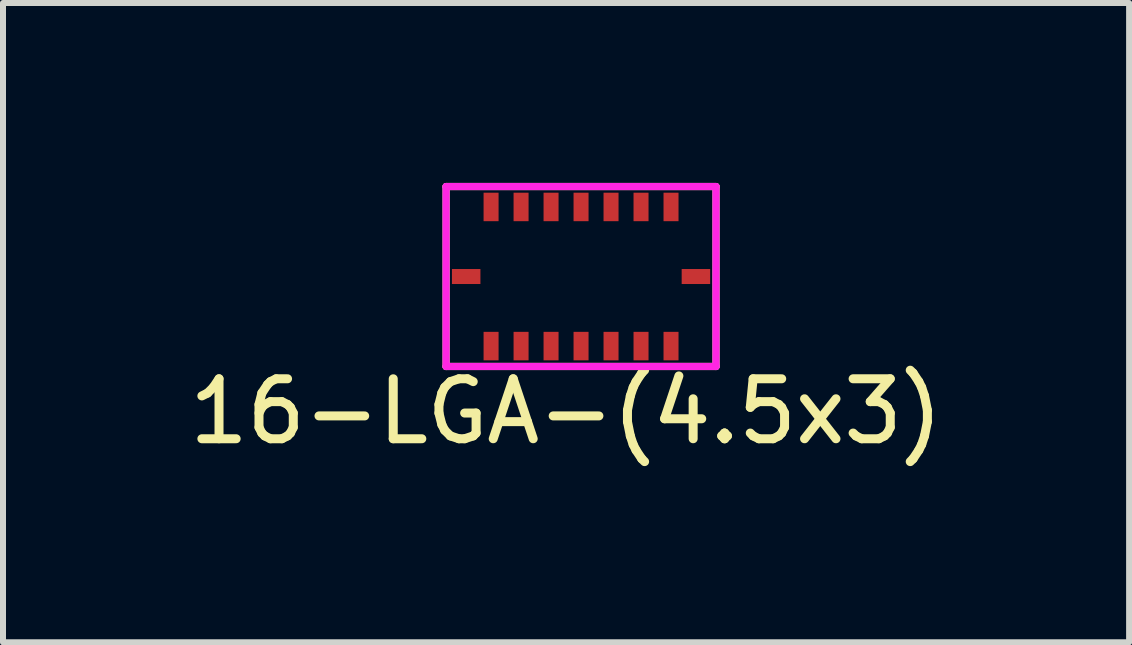
<source format=kicad_pcb>
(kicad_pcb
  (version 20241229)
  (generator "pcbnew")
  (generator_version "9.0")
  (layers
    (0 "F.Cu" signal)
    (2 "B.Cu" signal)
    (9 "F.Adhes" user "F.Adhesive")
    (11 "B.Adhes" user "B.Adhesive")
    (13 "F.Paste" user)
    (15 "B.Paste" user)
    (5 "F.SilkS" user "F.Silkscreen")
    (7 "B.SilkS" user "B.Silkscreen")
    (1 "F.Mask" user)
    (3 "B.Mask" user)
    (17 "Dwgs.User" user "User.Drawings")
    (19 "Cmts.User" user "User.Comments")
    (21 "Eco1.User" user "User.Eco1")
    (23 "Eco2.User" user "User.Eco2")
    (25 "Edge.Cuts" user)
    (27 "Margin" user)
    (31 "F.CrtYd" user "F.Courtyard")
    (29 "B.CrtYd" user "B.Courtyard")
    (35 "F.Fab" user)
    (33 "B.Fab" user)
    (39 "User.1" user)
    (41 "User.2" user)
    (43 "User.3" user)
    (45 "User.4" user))
  (footprint "16-LGA-(4.5x3)"
    (layer "F.Cu")
    (at 6.637 1.56)
    (property "Reference" "16-LGA-(4.5x3)" (at -0.25 2.25 0) (layer "F.SilkS") (effects (font (size 1 1) (thickness 0.15))))
    (attr through_hole)
    (fp_line (start -2.25 1.5) (end -2.25 -1.5) (stroke (width 0.12) (type solid)) (layer "F.SilkS"))
    (fp_line (start -2.25 1.5) (end 2.25 1.5) (stroke (width 0.12) (type solid)) (layer "F.SilkS"))
    (fp_line (start 2.25 -1.5) (end -2.25 -1.5) (stroke (width 0.12) (type solid)) (layer "F.SilkS"))
    (fp_line (start 2.25 1.5) (end 2.25 -1.5) (stroke (width 0.12) (type solid)) (layer "F.SilkS"))
    (fp_line (start -2.25 -1.5) (end 2.25 -1.5) (stroke (width 0.12) (type solid)) (layer "F.CrtYd"))
    (fp_line (start -2.25 1.5) (end -2.25 -1.5) (stroke (width 0.12) (type solid)) (layer "F.CrtYd"))
    (fp_line (start 2.25 -1.5) (end 2.25 1.5) (stroke (width 0.12) (type solid)) (layer "F.CrtYd"))
    (fp_line (start 2.25 1.5) (end -2.25 1.5) (stroke (width 0.12) (type solid)) (layer "F.CrtYd"))
    (pad "1" smd rect (at -1.5 -1.16) (size 0.25 0.475) (layers "F.Cu" "F.Mask" "F.Paste"))
    (pad "2" smd rect (at -1 -1.16) (size 0.25 0.475) (layers "F.Cu" "F.Mask" "F.Paste"))
    (pad "3" smd rect (at -0.5 -1.16) (size 0.25 0.475) (layers "F.Cu" "F.Mask" "F.Paste"))
    (pad "4" smd rect (at 0 -1.16) (size 0.25 0.475) (layers "F.Cu" "F.Mask" "F.Paste"))
    (pad "5" smd rect (at 0.5 -1.16) (size 0.25 0.475) (layers "F.Cu" "F.Mask" "F.Paste"))
    (pad "6" smd rect (at 1 -1.16) (size 0.25 0.475) (layers "F.Cu" "F.Mask" "F.Paste"))
    (pad "7" smd rect (at 1.5 -1.16) (size 0.25 0.475) (layers "F.Cu" "F.Mask" "F.Paste"))
    (pad "8" smd rect (at 1.915 0 90) (size 0.25 0.475) (layers "F.Cu" "F.Mask" "F.Paste"))
    (pad "9" smd rect (at 1.5 1.16 180) (size 0.25 0.475) (layers "F.Cu" "F.Mask" "F.Paste"))
    (pad "10" smd rect (at 1 1.16 180) (size 0.25 0.475) (layers "F.Cu" "F.Mask" "F.Paste"))
    (pad "11" smd rect (at 0.5 1.16 180) (size 0.25 0.475) (layers "F.Cu" "F.Mask" "F.Paste"))
    (pad "12" smd rect (at 0 1.16 180) (size 0.25 0.475) (layers "F.Cu" "F.Mask" "F.Paste"))
    (pad "13" smd rect (at -0.5 1.16 180) (size 0.25 0.475) (layers "F.Cu" "F.Mask" "F.Paste"))
    (pad "14" smd rect (at -1 1.16 180) (size 0.25 0.475) (layers "F.Cu" "F.Mask" "F.Paste"))
    (pad "15" smd rect (at -1.5 1.16 180) (size 0.25 0.475) (layers "F.Cu" "F.Mask" "F.Paste"))
    (pad "16" smd rect (at -1.915 0 270) (size 0.25 0.475) (layers "F.Cu" "F.Mask" "F.Paste")))
  (gr_rect
    (start -3 -3)
    (end 15.774 7.658)
    (stroke (width 0.1) (type default))
    (fill no)
    (layer "Edge.Cuts")))
</source>
